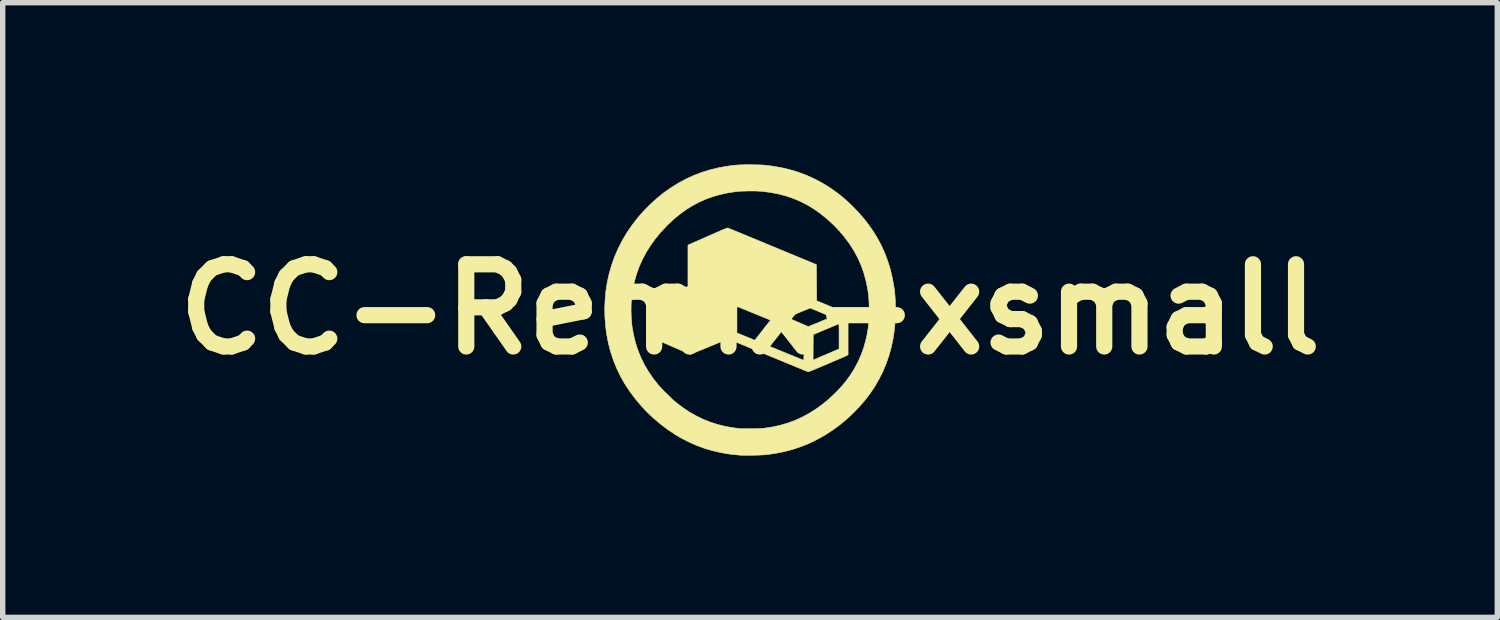
<source format=kicad_pcb>
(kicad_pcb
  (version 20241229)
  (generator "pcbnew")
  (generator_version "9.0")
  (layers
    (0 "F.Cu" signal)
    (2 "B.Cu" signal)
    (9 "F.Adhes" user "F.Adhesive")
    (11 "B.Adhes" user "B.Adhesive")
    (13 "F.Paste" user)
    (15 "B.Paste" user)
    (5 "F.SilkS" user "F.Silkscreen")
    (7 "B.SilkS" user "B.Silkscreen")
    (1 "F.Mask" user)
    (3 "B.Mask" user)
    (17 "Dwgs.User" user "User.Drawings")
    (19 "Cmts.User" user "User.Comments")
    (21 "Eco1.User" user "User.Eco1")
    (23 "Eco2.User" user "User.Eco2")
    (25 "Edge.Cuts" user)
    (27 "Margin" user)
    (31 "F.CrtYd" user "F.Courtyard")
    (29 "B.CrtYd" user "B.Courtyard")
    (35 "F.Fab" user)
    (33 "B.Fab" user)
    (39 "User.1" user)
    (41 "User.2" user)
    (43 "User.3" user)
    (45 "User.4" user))
  (footprint "CC-Remix-xsmall"
    (layer "F.Cu")
    (at 10.857 2.685)
    (property "Reference" "CC-Remix-xsmall" (at 0 0 0) (layer "F.SilkS") (effects (font (size 1.524 1.524) (thickness 0.3))))
    (attr through_hole)
    (fp_poly (pts (xy 0.062 -2.68) (xy 0.115 -2.679) (xy 0.162 -2.678) (xy 0.204 -2.677) (xy 0.244 -2.674) (xy 0.283 -2.671) (xy 0.324 -2.666) (xy 0.368 -2.661) (xy 0.407 -2.656) (xy 0.573 -2.628) (xy 0.734 -2.59) (xy 0.891 -2.543) (xy 1.044 -2.486) (xy 1.193 -2.419) (xy 1.337 -2.343) (xy 1.477 -2.257) (xy 1.613 -2.161) (xy 1.621 -2.155) (xy 1.721 -2.075) (xy 1.821 -1.987) (xy 1.919 -1.892) (xy 2.013 -1.794) (xy 2.101 -1.693) (xy 2.173 -1.603) (xy 2.268 -1.47) (xy 2.354 -1.333) (xy 2.43 -1.192) (xy 2.496 -1.047) (xy 2.553 -0.897) (xy 2.601 -0.742) (xy 2.639 -0.582) (xy 2.669 -0.417) (xy 2.686 -0.28) (xy 2.689 -0.234) (xy 2.693 -0.18) (xy 2.695 -0.12) (xy 2.697 -0.057) (xy 2.698 0.007) (xy 2.698 0.07) (xy 2.697 0.128) (xy 2.695 0.179) (xy 2.694 0.198) (xy 2.678 0.371) (xy 2.654 0.538) (xy 2.62 0.699) (xy 2.577 0.856) (xy 2.524 1.008) (xy 2.463 1.155) (xy 2.391 1.297) (xy 2.311 1.435) (xy 2.221 1.569) (xy 2.121 1.698) (xy 2.011 1.823) (xy 1.937 1.9) (xy 1.844 1.99) (xy 1.751 2.072) (xy 1.657 2.148) (xy 1.559 2.22) (xy 1.511 2.254) (xy 1.373 2.342) (xy 1.233 2.419) (xy 1.091 2.488) (xy 0.946 2.546) (xy 0.798 2.596) (xy 0.644 2.637) (xy 0.486 2.669) (xy 0.322 2.693) (xy 0.288 2.696) (xy 0.258 2.699) (xy 0.219 2.701) (xy 0.173 2.703) (xy 0.123 2.705) (xy 0.069 2.706) (xy 0.015 2.707) (xy -0.038 2.707) (xy -0.088 2.707) (xy -0.133 2.707) (xy -0.172 2.705) (xy -0.201 2.704) (xy -0.369 2.686) (xy -0.532 2.659) (xy -0.691 2.623) (xy -0.845 2.578) (xy -0.994 2.523) (xy -1.14 2.458) (xy -1.283 2.384) (xy -1.391 2.32) (xy -1.526 2.229) (xy -1.658 2.13) (xy -1.785 2.022) (xy -1.906 1.908) (xy -2.02 1.787) (xy -2.127 1.66) (xy -2.225 1.529) (xy -2.314 1.395) (xy -2.326 1.376) (xy -2.405 1.236) (xy -2.474 1.091) (xy -2.534 0.942) (xy -2.585 0.788) (xy -2.626 0.631) (xy -2.657 0.471) (xy -2.679 0.308) (xy -2.691 0.142) (xy -2.693 0.027) (xy -2.206 0.027) (xy -2.203 0.122) (xy -2.198 0.215) (xy -2.189 0.304) (xy -2.185 0.333) (xy -2.159 0.479) (xy -2.124 0.621) (xy -2.079 0.759) (xy -2.024 0.894) (xy -1.959 1.026) (xy -1.884 1.154) (xy -1.799 1.278) (xy -1.71 1.392) (xy -1.686 1.42) (xy -1.655 1.454) (xy -1.62 1.491) (xy -1.581 1.531) (xy -1.54 1.571) (xy -1.5 1.611) (xy -1.46 1.649) (xy -1.424 1.682) (xy -1.392 1.711) (xy -1.372 1.727) (xy -1.25 1.821) (xy -1.125 1.904) (xy -0.997 1.977) (xy -0.866 2.041) (xy -0.731 2.094) (xy -0.592 2.138) (xy -0.449 2.173) (xy -0.301 2.198) (xy -0.18 2.212) (xy -0.151 2.213) (xy -0.113 2.215) (xy -0.069 2.215) (xy -0.02 2.215) (xy 0.031 2.215) (xy 0.083 2.214) (xy 0.133 2.212) (xy 0.18 2.21) (xy 0.22 2.208) (xy 0.253 2.206) (xy 0.265 2.204) (xy 0.413 2.182) (xy 0.557 2.151) (xy 0.696 2.11) (xy 0.831 2.061) (xy 0.963 2.002) (xy 1.09 1.933) (xy 1.215 1.855) (xy 1.337 1.767) (xy 1.457 1.669) (xy 1.568 1.566) (xy 1.674 1.457) (xy 1.771 1.343) (xy 1.858 1.224) (xy 1.935 1.101) (xy 2.003 0.974) (xy 2.061 0.842) (xy 2.11 0.705) (xy 2.149 0.564) (xy 2.166 0.487) (xy 2.179 0.422) (xy 2.188 0.362) (xy 2.196 0.303) (xy 2.202 0.244) (xy 2.206 0.181) (xy 2.208 0.114) (xy 2.209 0.039) (xy 2.209 0.008) (xy 2.209 -0.057) (xy 2.207 -0.114) (xy 2.205 -0.164) (xy 2.202 -0.211) (xy 2.198 -0.257) (xy 2.192 -0.304) (xy 2.184 -0.354) (xy 2.177 -0.397) (xy 2.147 -0.542) (xy 2.108 -0.682) (xy 2.059 -0.818) (xy 2 -0.95) (xy 1.932 -1.078) (xy 1.853 -1.203) (xy 1.765 -1.323) (xy 1.668 -1.44) (xy 1.56 -1.554) (xy 1.533 -1.58) (xy 1.419 -1.684) (xy 1.303 -1.777) (xy 1.184 -1.861) (xy 1.062 -1.935) (xy 0.935 -1.999) (xy 0.805 -2.055) (xy 0.67 -2.101) (xy 0.529 -2.138) (xy 0.383 -2.166) (xy 0.233 -2.186) (xy 0.198 -2.189) (xy 0.156 -2.191) (xy 0.106 -2.193) (xy 0.053 -2.193) (xy -0.003 -2.193) (xy -0.059 -2.193) (xy -0.113 -2.191) (xy -0.163 -2.19) (xy -0.207 -2.187) (xy -0.243 -2.184) (xy -0.246 -2.184) (xy -0.397 -2.162) (xy -0.542 -2.131) (xy -0.682 -2.092) (xy -0.816 -2.044) (xy -0.946 -1.986) (xy -1.071 -1.92) (xy -1.193 -1.843) (xy -1.31 -1.757) (xy -1.425 -1.662) (xy -1.537 -1.556) (xy -1.556 -1.536) (xy -1.665 -1.419) (xy -1.763 -1.298) (xy -1.852 -1.174) (xy -1.93 -1.047) (xy -1.999 -0.917) (xy -2.058 -0.783) (xy -2.107 -0.645) (xy -2.147 -0.503) (xy -2.177 -0.357) (xy -2.194 -0.238) (xy -2.201 -0.156) (xy -2.205 -0.067) (xy -2.206 0.027) (xy -2.693 0.027) (xy -2.694 -0.026) (xy -2.686 -0.196) (xy -2.672 -0.344) (xy -2.646 -0.507) (xy -2.611 -0.666) (xy -2.565 -0.823) (xy -2.51 -0.977) (xy -2.445 -1.127) (xy -2.37 -1.273) (xy -2.286 -1.416) (xy -2.192 -1.554) (xy -2.089 -1.688) (xy -1.977 -1.817) (xy -1.861 -1.935) (xy -1.735 -2.05) (xy -1.605 -2.156) (xy -1.47 -2.252) (xy -1.33 -2.339) (xy -1.187 -2.416) (xy -1.039 -2.484) (xy -0.887 -2.541) (xy -0.732 -2.589) (xy -0.572 -2.627) (xy -0.408 -2.656) (xy -0.405 -2.656) (xy -0.357 -2.662) (xy -0.315 -2.668) (xy -0.275 -2.672) (xy -0.236 -2.675) (xy -0.196 -2.677) (xy -0.153 -2.679) (xy -0.105 -2.68) (xy -0.049 -2.68) (xy 0 -2.68) (xy 0.062 -2.68)) (stroke (width 0.01) (type solid)) (fill yes) (layer "F.SilkS"))
    (fp_poly (pts (xy -0.411 -1.508) (xy -0.404 -1.505) (xy -0.387 -1.499) (xy -0.363 -1.489) (xy -0.33 -1.475) (xy -0.291 -1.459) (xy -0.245 -1.44) (xy -0.192 -1.418) (xy -0.135 -1.395) (xy -0.073 -1.369) (xy -0.006 -1.341) (xy 0.063 -1.313) (xy 0.136 -1.283) (xy 0.21 -1.252) (xy 0.287 -1.22) (xy 0.364 -1.188) (xy 0.442 -1.156) (xy 0.519 -1.124) (xy 0.595 -1.092) (xy 0.67 -1.061) (xy 0.742 -1.031) (xy 0.812 -1.002) (xy 0.878 -0.975) (xy 0.941 -0.949) (xy 0.998 -0.925) (xy 1.05 -0.904) (xy 1.097 -0.884) (xy 1.136 -0.868) (xy 1.169 -0.854) (xy 1.193 -0.844) (xy 1.21 -0.837) (xy 1.217 -0.834) (xy 1.217 -0.834) (xy 1.23 -0.828) (xy 1.236 -0.158) (xy 1.503 -0.047) (xy 1.554 -0.026) (xy 1.603 -0.006) (xy 1.648 0.013) (xy 1.689 0.031) (xy 1.725 0.046) (xy 1.754 0.058) (xy 1.776 0.068) (xy 1.79 0.074) (xy 1.794 0.075) (xy 1.818 0.087) (xy 1.818 0.844) (xy 1.791 0.858) (xy 1.781 0.863) (xy 1.762 0.872) (xy 1.736 0.883) (xy 1.704 0.897) (xy 1.666 0.914) (xy 1.623 0.932) (xy 1.577 0.952) (xy 1.528 0.973) (xy 1.477 0.995) (xy 1.426 1.017) (xy 1.375 1.038) (xy 1.326 1.059) (xy 1.278 1.079) (xy 1.234 1.098) (xy 1.194 1.115) (xy 1.159 1.129) (xy 1.13 1.141) (xy 1.108 1.15) (xy 1.095 1.155) (xy 1.09 1.157) (xy 1.078 1.156) (xy 1.061 1.152) (xy 1.045 1.146) (xy 1.037 1.143) (xy 1.019 1.135) (xy 0.992 1.125) (xy 0.958 1.11) (xy 0.916 1.093) (xy 0.867 1.073) (xy 0.812 1.05) (xy 0.751 1.025) (xy 0.685 0.998) (xy 0.615 0.969) (xy 0.54 0.938) (xy 0.463 0.906) (xy 0.382 0.873) (xy 0.312 0.844) (xy 0.23 0.81) (xy 0.15 0.777) (xy 0.074 0.746) (xy 0.001 0.716) (xy -0.067 0.687) (xy -0.131 0.661) (xy -0.189 0.637) (xy -0.242 0.616) (xy -0.288 0.597) (xy -0.326 0.581) (xy -0.358 0.569) (xy -0.381 0.559) (xy -0.395 0.554) (xy -0.4 0.552) (xy -0.407 0.553) (xy -0.423 0.559) (xy -0.448 0.568) (xy -0.48 0.581) (xy -0.521 0.596) (xy -0.568 0.615) (xy -0.621 0.637) (xy -0.68 0.661) (xy -0.744 0.687) (xy -0.758 0.693) (xy -1.105 0.836) (xy -1.449 0.687) (xy -1.794 0.538) (xy -1.793 0.191) (xy -1.793 0.19) (xy -0.243 0.19) (xy -0.243 0.437) (xy 0.374 0.692) (xy 0.451 0.723) (xy 0.525 0.754) (xy 0.596 0.783) (xy 0.663 0.81) (xy 0.726 0.836) (xy 0.784 0.859) (xy 0.836 0.881) (xy 0.881 0.899) (xy 0.92 0.915) (xy 0.952 0.927) (xy 0.975 0.936) (xy 0.99 0.942) (xy 0.996 0.944) (xy 0.996 0.944) (xy 0.996 0.941) (xy 1.169 0.941) (xy 1.187 0.934) (xy 1.195 0.931) (xy 1.212 0.923) (xy 1.237 0.913) (xy 1.268 0.899) (xy 1.304 0.884) (xy 1.344 0.866) (xy 1.388 0.848) (xy 1.413 0.837) (xy 1.458 0.818) (xy 1.5 0.8) (xy 1.538 0.783) (xy 1.572 0.769) (xy 1.6 0.757) (xy 1.62 0.748) (xy 1.633 0.742) (xy 1.636 0.741) (xy 1.651 0.734) (xy 1.651 0.502) (xy 1.651 0.446) (xy 1.651 0.4) (xy 1.651 0.363) (xy 1.65 0.333) (xy 1.65 0.311) (xy 1.649 0.295) (xy 1.648 0.283) (xy 1.647 0.277) (xy 1.645 0.273) (xy 1.644 0.272) (xy 1.642 0.272) (xy 1.635 0.275) (xy 1.62 0.281) (xy 1.597 0.291) (xy 1.567 0.303) (xy 1.531 0.318) (xy 1.491 0.335) (xy 1.447 0.353) (xy 1.402 0.372) (xy 1.172 0.469) (xy 1.169 0.941) (xy 0.996 0.941) (xy 0.997 0.938) (xy 0.998 0.923) (xy 0.998 0.899) (xy 0.999 0.869) (xy 1 0.832) (xy 1 0.789) (xy 1 0.743) (xy 1 0.712) (xy 1 0.663) (xy 1 0.617) (xy 1 0.575) (xy 0.999 0.538) (xy 0.999 0.508) (xy 0.998 0.485) (xy 0.997 0.471) (xy 0.997 0.467) (xy 0.996 0.465) (xy 0.995 0.462) (xy 0.993 0.459) (xy 0.989 0.456) (xy 0.983 0.452) (xy 0.974 0.448) (xy 0.962 0.442) (xy 0.947 0.435) (xy 0.927 0.426) (xy 0.903 0.416) (xy 0.874 0.403) (xy 0.839 0.388) (xy 0.797 0.371) (xy 0.749 0.351) (xy 0.694 0.329) (xy 0.631 0.303) (xy 0.56 0.274) (xy 0.48 0.241) (xy 0.391 0.205) (xy 0.382 0.201) (xy 0.305 0.17) (xy 0.273 0.156) (xy 0.702 0.156) (xy 0.704 0.158) (xy 0.704 0.158) (xy 0.712 0.162) (xy 0.728 0.169) (xy 0.752 0.179) (xy 0.781 0.192) (xy 0.816 0.207) (xy 0.855 0.224) (xy 0.897 0.242) (xy 0.899 0.243) (xy 1.081 0.321) (xy 1.174 0.283) (xy 1.208 0.269) (xy 1.248 0.253) (xy 1.292 0.235) (xy 1.337 0.216) (xy 1.378 0.199) (xy 1.388 0.195) (xy 1.421 0.182) (xy 1.451 0.169) (xy 1.475 0.159) (xy 1.494 0.15) (xy 1.505 0.145) (xy 1.508 0.143) (xy 1.503 0.14) (xy 1.49 0.134) (xy 1.47 0.125) (xy 1.443 0.114) (xy 1.412 0.1) (xy 1.377 0.085) (xy 1.34 0.07) (xy 1.302 0.054) (xy 1.265 0.038) (xy 1.229 0.023) (xy 1.195 0.009) (xy 1.166 -0.003) (xy 1.142 -0.012) (xy 1.125 -0.019) (xy 1.116 -0.023) (xy 1.115 -0.023) (xy 1.109 -0.021) (xy 1.094 -0.015) (xy 1.071 -0.006) (xy 1.042 0.006) (xy 1.008 0.02) (xy 0.969 0.036) (xy 0.926 0.054) (xy 0.9 0.065) (xy 0.849 0.086) (xy 0.807 0.104) (xy 0.774 0.118) (xy 0.748 0.13) (xy 0.728 0.139) (xy 0.715 0.146) (xy 0.706 0.151) (xy 0.702 0.154) (xy 0.702 0.156) (xy 0.273 0.156) (xy 0.231 0.139) (xy 0.16 0.111) (xy 0.093 0.083) (xy 0.031 0.058) (xy -0.027 0.034) (xy -0.078 0.013) (xy -0.124 -0.005) (xy -0.162 -0.021) (xy -0.194 -0.034) (xy -0.217 -0.043) (xy -0.231 -0.049) (xy -0.237 -0.051) (xy -0.238 -0.05) (xy -0.24 -0.044) (xy -0.241 -0.033) (xy -0.242 -0.015) (xy -0.242 0.009) (xy -0.243 0.041) (xy -0.243 0.081) (xy -0.243 0.131) (xy -0.243 0.19) (xy -1.793 0.19) (xy -1.791 -0.156) (xy -1.471 -0.29) (xy -1.151 -0.424) (xy -1.151 -1.191) (xy -0.786 -1.352) (xy -0.715 -1.383) (xy -0.652 -1.411) (xy -0.598 -1.434) (xy -0.552 -1.454) (xy -0.514 -1.471) (xy -0.482 -1.484) (xy -0.457 -1.494) (xy -0.438 -1.501) (xy -0.424 -1.506) (xy -0.415 -1.508) (xy -0.411 -1.508) (xy -0.411 -1.508)) (stroke (width 0.01) (type solid)) (fill yes) (layer "F.SilkS")))
  (gr_rect
    (start -3 -3)
    (end 24.713 8.397)
    (stroke (width 0.1) (type default))
    (fill no)
    (layer "Edge.Cuts")))
</source>
